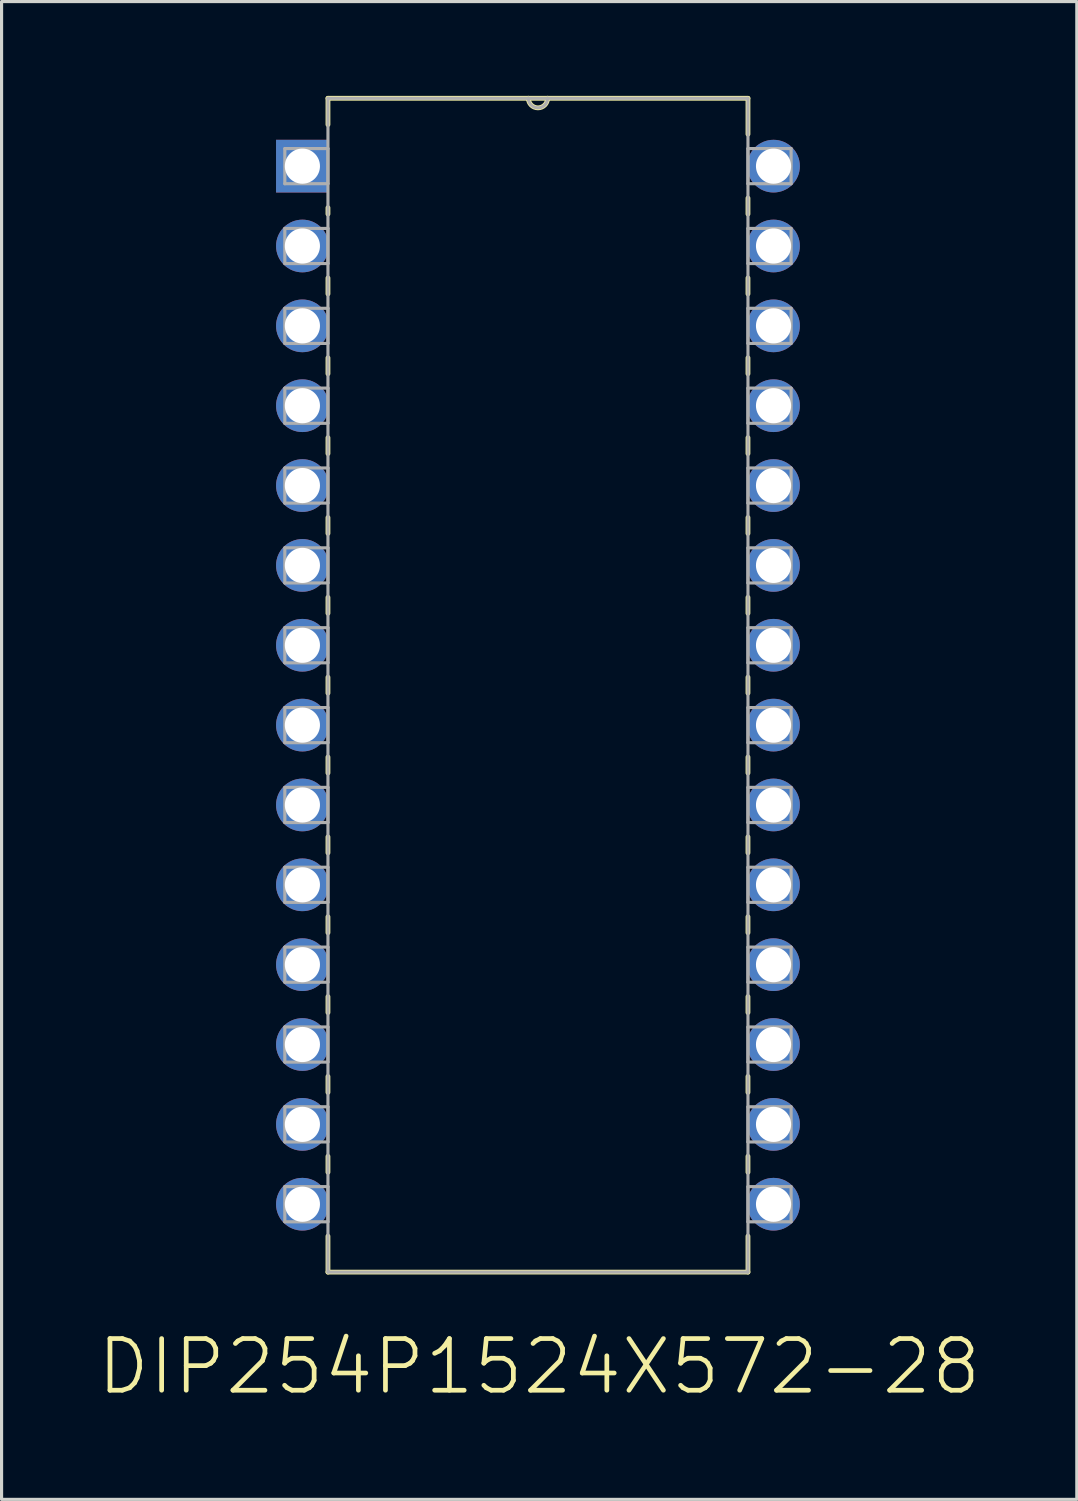
<source format=kicad_pcb>
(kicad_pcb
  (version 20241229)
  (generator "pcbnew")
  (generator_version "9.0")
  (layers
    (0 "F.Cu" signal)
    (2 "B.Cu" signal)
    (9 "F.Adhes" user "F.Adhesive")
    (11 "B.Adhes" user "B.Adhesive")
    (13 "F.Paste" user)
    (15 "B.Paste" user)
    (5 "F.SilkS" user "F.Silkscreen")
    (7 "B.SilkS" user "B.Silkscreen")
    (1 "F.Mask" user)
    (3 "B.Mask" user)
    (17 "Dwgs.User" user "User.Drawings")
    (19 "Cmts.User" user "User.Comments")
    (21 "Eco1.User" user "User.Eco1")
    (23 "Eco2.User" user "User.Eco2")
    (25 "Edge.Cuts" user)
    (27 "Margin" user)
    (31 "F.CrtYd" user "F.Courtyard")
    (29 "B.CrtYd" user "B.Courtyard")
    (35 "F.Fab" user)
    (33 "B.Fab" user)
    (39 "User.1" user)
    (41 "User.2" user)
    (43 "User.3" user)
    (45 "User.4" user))
  (footprint "DIP254P1524X572-28"
    (layer "F.Cu")
    (at 21.555 35.255)
    (property "Reference" "DIP254P1524X572-28" (at -7.454 5.164 0) (layer "F.SilkS") (effects (font (size 1.643 1.643) (thickness 0.15))))
    (attr through_hole)
    (fp_line (start -14.173 -35.179) (end -14.173 -34.341) (stroke (width 0.152) (type solid)) (layer "F.SilkS"))
    (fp_line (start -14.173 -31.699) (end -14.173 -31.496) (stroke (width 0.152) (type solid)) (layer "F.SilkS"))
    (fp_line (start -14.173 -29.464) (end -14.173 -28.956) (stroke (width 0.152) (type solid)) (layer "F.SilkS"))
    (fp_line (start -14.173 -26.924) (end -14.173 -26.416) (stroke (width 0.152) (type solid)) (layer "F.SilkS"))
    (fp_line (start -14.173 -24.384) (end -14.173 -23.876) (stroke (width 0.152) (type solid)) (layer "F.SilkS"))
    (fp_line (start -14.173 -21.844) (end -14.173 -21.336) (stroke (width 0.152) (type solid)) (layer "F.SilkS"))
    (fp_line (start -14.173 -19.304) (end -14.173 -18.796) (stroke (width 0.152) (type solid)) (layer "F.SilkS"))
    (fp_line (start -14.173 -16.764) (end -14.173 -16.256) (stroke (width 0.152) (type solid)) (layer "F.SilkS"))
    (fp_line (start -14.173 -14.224) (end -14.173 -13.716) (stroke (width 0.152) (type solid)) (layer "F.SilkS"))
    (fp_line (start -14.173 -11.684) (end -14.173 -11.176) (stroke (width 0.152) (type solid)) (layer "F.SilkS"))
    (fp_line (start -14.173 -9.144) (end -14.173 -8.636) (stroke (width 0.152) (type solid)) (layer "F.SilkS"))
    (fp_line (start -14.173 -6.604) (end -14.173 -6.096) (stroke (width 0.152) (type solid)) (layer "F.SilkS"))
    (fp_line (start -14.173 -4.064) (end -14.173 -3.556) (stroke (width 0.152) (type solid)) (layer "F.SilkS"))
    (fp_line (start -14.173 -1.524) (end -14.173 -1.016) (stroke (width 0.152) (type solid)) (layer "F.SilkS"))
    (fp_line (start -14.173 1.016) (end -14.173 2.159) (stroke (width 0.152) (type solid)) (layer "F.SilkS"))
    (fp_line (start -14.173 2.159) (end -0.813 2.159) (stroke (width 0.152) (type solid)) (layer "F.SilkS"))
    (fp_line (start -7.798 -35.179) (end -14.173 -35.179) (stroke (width 0.152) (type solid)) (layer "F.SilkS"))
    (fp_line (start -7.188 -35.179) (end -7.798 -35.179) (stroke (width 0.152) (type solid)) (layer "F.SilkS"))
    (fp_line (start -0.813 -35.179) (end -7.188 -35.179) (stroke (width 0.152) (type solid)) (layer "F.SilkS"))
    (fp_line (start -0.813 -34.036) (end -0.813 -35.179) (stroke (width 0.152) (type solid)) (layer "F.SilkS"))
    (fp_line (start -0.813 -31.496) (end -0.813 -32.004) (stroke (width 0.152) (type solid)) (layer "F.SilkS"))
    (fp_line (start -0.813 -28.956) (end -0.813 -29.464) (stroke (width 0.152) (type solid)) (layer "F.SilkS"))
    (fp_line (start -0.813 -26.416) (end -0.813 -26.924) (stroke (width 0.152) (type solid)) (layer "F.SilkS"))
    (fp_line (start -0.813 -23.876) (end -0.813 -24.384) (stroke (width 0.152) (type solid)) (layer "F.SilkS"))
    (fp_line (start -0.813 -21.336) (end -0.813 -21.844) (stroke (width 0.152) (type solid)) (layer "F.SilkS"))
    (fp_line (start -0.813 -18.796) (end -0.813 -19.304) (stroke (width 0.152) (type solid)) (layer "F.SilkS"))
    (fp_line (start -0.813 -16.256) (end -0.813 -16.764) (stroke (width 0.152) (type solid)) (layer "F.SilkS"))
    (fp_line (start -0.813 -13.716) (end -0.813 -14.224) (stroke (width 0.152) (type solid)) (layer "F.SilkS"))
    (fp_line (start -0.813 -11.176) (end -0.813 -11.684) (stroke (width 0.152) (type solid)) (layer "F.SilkS"))
    (fp_line (start -0.813 -8.636) (end -0.813 -9.144) (stroke (width 0.152) (type solid)) (layer "F.SilkS"))
    (fp_line (start -0.813 -6.096) (end -0.813 -6.604) (stroke (width 0.152) (type solid)) (layer "F.SilkS"))
    (fp_line (start -0.813 -3.556) (end -0.813 -4.064) (stroke (width 0.152) (type solid)) (layer "F.SilkS"))
    (fp_line (start -0.813 -1.016) (end -0.813 -1.524) (stroke (width 0.152) (type solid)) (layer "F.SilkS"))
    (fp_line (start -0.813 2.159) (end -0.813 1.016) (stroke (width 0.152) (type solid)) (layer "F.SilkS"))
    (fp_arc (start -7.1882 -35.179) (mid -7.493 -34.8742) (end -7.7978 -35.179) (stroke (width 0.1524) (type solid)) (layer "F.SilkS"))
    (fp_line (start -15.545 -33.579) (end -15.545 -32.461) (stroke (width 0.1) (type solid)) (layer "F.Fab"))
    (fp_line (start -15.545 -32.461) (end -14.173 -32.461) (stroke (width 0.1) (type solid)) (layer "F.Fab"))
    (fp_line (start -15.545 -31.039) (end -15.545 -29.921) (stroke (width 0.1) (type solid)) (layer "F.Fab"))
    (fp_line (start -15.545 -29.921) (end -14.173 -29.921) (stroke (width 0.1) (type solid)) (layer "F.Fab"))
    (fp_line (start -15.545 -28.499) (end -15.545 -27.381) (stroke (width 0.1) (type solid)) (layer "F.Fab"))
    (fp_line (start -15.545 -27.381) (end -14.173 -27.381) (stroke (width 0.1) (type solid)) (layer "F.Fab"))
    (fp_line (start -15.545 -25.959) (end -15.545 -24.841) (stroke (width 0.1) (type solid)) (layer "F.Fab"))
    (fp_line (start -15.545 -24.841) (end -14.173 -24.841) (stroke (width 0.1) (type solid)) (layer "F.Fab"))
    (fp_line (start -15.545 -23.419) (end -15.545 -22.301) (stroke (width 0.1) (type solid)) (layer "F.Fab"))
    (fp_line (start -15.545 -22.301) (end -14.173 -22.301) (stroke (width 0.1) (type solid)) (layer "F.Fab"))
    (fp_line (start -15.545 -20.879) (end -15.545 -19.761) (stroke (width 0.1) (type solid)) (layer "F.Fab"))
    (fp_line (start -15.545 -19.761) (end -14.173 -19.761) (stroke (width 0.1) (type solid)) (layer "F.Fab"))
    (fp_line (start -15.545 -18.339) (end -15.545 -17.221) (stroke (width 0.1) (type solid)) (layer "F.Fab"))
    (fp_line (start -15.545 -17.221) (end -14.173 -17.221) (stroke (width 0.1) (type solid)) (layer "F.Fab"))
    (fp_line (start -15.545 -15.799) (end -15.545 -14.681) (stroke (width 0.1) (type solid)) (layer "F.Fab"))
    (fp_line (start -15.545 -14.681) (end -14.173 -14.681) (stroke (width 0.1) (type solid)) (layer "F.Fab"))
    (fp_line (start -15.545 -13.259) (end -15.545 -12.141) (stroke (width 0.1) (type solid)) (layer "F.Fab"))
    (fp_line (start -15.545 -12.141) (end -14.173 -12.141) (stroke (width 0.1) (type solid)) (layer "F.Fab"))
    (fp_line (start -15.545 -10.719) (end -15.545 -9.601) (stroke (width 0.1) (type solid)) (layer "F.Fab"))
    (fp_line (start -15.545 -9.601) (end -14.173 -9.601) (stroke (width 0.1) (type solid)) (layer "F.Fab"))
    (fp_line (start -15.545 -8.179) (end -15.545 -7.061) (stroke (width 0.1) (type solid)) (layer "F.Fab"))
    (fp_line (start -15.545 -7.061) (end -14.173 -7.061) (stroke (width 0.1) (type solid)) (layer "F.Fab"))
    (fp_line (start -15.545 -5.639) (end -15.545 -4.521) (stroke (width 0.1) (type solid)) (layer "F.Fab"))
    (fp_line (start -15.545 -4.521) (end -14.173 -4.521) (stroke (width 0.1) (type solid)) (layer "F.Fab"))
    (fp_line (start -15.545 -3.099) (end -15.545 -1.981) (stroke (width 0.1) (type solid)) (layer "F.Fab"))
    (fp_line (start -15.545 -1.981) (end -14.173 -1.981) (stroke (width 0.1) (type solid)) (layer "F.Fab"))
    (fp_line (start -15.545 -0.559) (end -15.545 0.559) (stroke (width 0.1) (type solid)) (layer "F.Fab"))
    (fp_line (start -15.545 0.559) (end -14.173 0.559) (stroke (width 0.1) (type solid)) (layer "F.Fab"))
    (fp_line (start -14.173 -35.179) (end -14.173 2.159) (stroke (width 0.1) (type solid)) (layer "F.Fab"))
    (fp_line (start -14.173 -33.579) (end -15.545 -33.579) (stroke (width 0.1) (type solid)) (layer "F.Fab"))
    (fp_line (start -14.173 -32.461) (end -14.173 -33.579) (stroke (width 0.1) (type solid)) (layer "F.Fab"))
    (fp_line (start -14.173 -31.039) (end -15.545 -31.039) (stroke (width 0.1) (type solid)) (layer "F.Fab"))
    (fp_line (start -14.173 -29.921) (end -14.173 -31.039) (stroke (width 0.1) (type solid)) (layer "F.Fab"))
    (fp_line (start -14.173 -28.499) (end -15.545 -28.499) (stroke (width 0.1) (type solid)) (layer "F.Fab"))
    (fp_line (start -14.173 -27.381) (end -14.173 -28.499) (stroke (width 0.1) (type solid)) (layer "F.Fab"))
    (fp_line (start -14.173 -25.959) (end -15.545 -25.959) (stroke (width 0.1) (type solid)) (layer "F.Fab"))
    (fp_line (start -14.173 -24.841) (end -14.173 -25.959) (stroke (width 0.1) (type solid)) (layer "F.Fab"))
    (fp_line (start -14.173 -23.419) (end -15.545 -23.419) (stroke (width 0.1) (type solid)) (layer "F.Fab"))
    (fp_line (start -14.173 -22.301) (end -14.173 -23.419) (stroke (width 0.1) (type solid)) (layer "F.Fab"))
    (fp_line (start -14.173 -20.879) (end -15.545 -20.879) (stroke (width 0.1) (type solid)) (layer "F.Fab"))
    (fp_line (start -14.173 -19.761) (end -14.173 -20.879) (stroke (width 0.1) (type solid)) (layer "F.Fab"))
    (fp_line (start -14.173 -18.339) (end -15.545 -18.339) (stroke (width 0.1) (type solid)) (layer "F.Fab"))
    (fp_line (start -14.173 -17.221) (end -14.173 -18.339) (stroke (width 0.1) (type solid)) (layer "F.Fab"))
    (fp_line (start -14.173 -15.799) (end -15.545 -15.799) (stroke (width 0.1) (type solid)) (layer "F.Fab"))
    (fp_line (start -14.173 -14.681) (end -14.173 -15.799) (stroke (width 0.1) (type solid)) (layer "F.Fab"))
    (fp_line (start -14.173 -13.259) (end -15.545 -13.259) (stroke (width 0.1) (type solid)) (layer "F.Fab"))
    (fp_line (start -14.173 -12.141) (end -14.173 -13.259) (stroke (width 0.1) (type solid)) (layer "F.Fab"))
    (fp_line (start -14.173 -10.719) (end -15.545 -10.719) (stroke (width 0.1) (type solid)) (layer "F.Fab"))
    (fp_line (start -14.173 -9.601) (end -14.173 -10.719) (stroke (width 0.1) (type solid)) (layer "F.Fab"))
    (fp_line (start -14.173 -8.179) (end -15.545 -8.179) (stroke (width 0.1) (type solid)) (layer "F.Fab"))
    (fp_line (start -14.173 -7.061) (end -14.173 -8.179) (stroke (width 0.1) (type solid)) (layer "F.Fab"))
    (fp_line (start -14.173 -5.639) (end -15.545 -5.639) (stroke (width 0.1) (type solid)) (layer "F.Fab"))
    (fp_line (start -14.173 -4.521) (end -14.173 -5.639) (stroke (width 0.1) (type solid)) (layer "F.Fab"))
    (fp_line (start -14.173 -3.099) (end -15.545 -3.099) (stroke (width 0.1) (type solid)) (layer "F.Fab"))
    (fp_line (start -14.173 -1.981) (end -14.173 -3.099) (stroke (width 0.1) (type solid)) (layer "F.Fab"))
    (fp_line (start -14.173 -0.559) (end -15.545 -0.559) (stroke (width 0.1) (type solid)) (layer "F.Fab"))
    (fp_line (start -14.173 0.559) (end -14.173 -0.559) (stroke (width 0.1) (type solid)) (layer "F.Fab"))
    (fp_line (start -14.173 2.159) (end -0.813 2.159) (stroke (width 0.1) (type solid)) (layer "F.Fab"))
    (fp_line (start -7.798 -35.179) (end -14.173 -35.179) (stroke (width 0.1) (type solid)) (layer "F.Fab"))
    (fp_line (start -7.188 -35.179) (end -7.798 -35.179) (stroke (width 0.1) (type solid)) (layer "F.Fab"))
    (fp_line (start -0.813 -35.179) (end -7.188 -35.179) (stroke (width 0.1) (type solid)) (layer "F.Fab"))
    (fp_line (start -0.813 -33.579) (end -0.813 -32.461) (stroke (width 0.1) (type solid)) (layer "F.Fab"))
    (fp_line (start -0.813 -32.461) (end 0.559 -32.461) (stroke (width 0.1) (type solid)) (layer "F.Fab"))
    (fp_line (start -0.813 -31.039) (end -0.813 -29.921) (stroke (width 0.1) (type solid)) (layer "F.Fab"))
    (fp_line (start -0.813 -29.921) (end 0.559 -29.921) (stroke (width 0.1) (type solid)) (layer "F.Fab"))
    (fp_line (start -0.813 -28.499) (end -0.813 -27.381) (stroke (width 0.1) (type solid)) (layer "F.Fab"))
    (fp_line (start -0.813 -27.381) (end 0.559 -27.381) (stroke (width 0.1) (type solid)) (layer "F.Fab"))
    (fp_line (start -0.813 -25.959) (end -0.813 -24.841) (stroke (width 0.1) (type solid)) (layer "F.Fab"))
    (fp_line (start -0.813 -24.841) (end 0.559 -24.841) (stroke (width 0.1) (type solid)) (layer "F.Fab"))
    (fp_line (start -0.813 -23.419) (end -0.813 -22.301) (stroke (width 0.1) (type solid)) (layer "F.Fab"))
    (fp_line (start -0.813 -22.301) (end 0.559 -22.301) (stroke (width 0.1) (type solid)) (layer "F.Fab"))
    (fp_line (start -0.813 -20.879) (end -0.813 -19.761) (stroke (width 0.1) (type solid)) (layer "F.Fab"))
    (fp_line (start -0.813 -19.761) (end 0.559 -19.761) (stroke (width 0.1) (type solid)) (layer "F.Fab"))
    (fp_line (start -0.813 -18.339) (end -0.813 -17.221) (stroke (width 0.1) (type solid)) (layer "F.Fab"))
    (fp_line (start -0.813 -17.221) (end 0.559 -17.221) (stroke (width 0.1) (type solid)) (layer "F.Fab"))
    (fp_line (start -0.813 -15.799) (end -0.813 -14.681) (stroke (width 0.1) (type solid)) (layer "F.Fab"))
    (fp_line (start -0.813 -14.681) (end 0.559 -14.681) (stroke (width 0.1) (type solid)) (layer "F.Fab"))
    (fp_line (start -0.813 -13.259) (end -0.813 -12.141) (stroke (width 0.1) (type solid)) (layer "F.Fab"))
    (fp_line (start -0.813 -12.141) (end 0.559 -12.141) (stroke (width 0.1) (type solid)) (layer "F.Fab"))
    (fp_line (start -0.813 -10.719) (end -0.813 -9.601) (stroke (width 0.1) (type solid)) (layer "F.Fab"))
    (fp_line (start -0.813 -9.601) (end 0.559 -9.601) (stroke (width 0.1) (type solid)) (layer "F.Fab"))
    (fp_line (start -0.813 -8.179) (end -0.813 -7.061) (stroke (width 0.1) (type solid)) (layer "F.Fab"))
    (fp_line (start -0.813 -7.061) (end 0.559 -7.061) (stroke (width 0.1) (type solid)) (layer "F.Fab"))
    (fp_line (start -0.813 -5.639) (end -0.813 -4.521) (stroke (width 0.1) (type solid)) (layer "F.Fab"))
    (fp_line (start -0.813 -4.521) (end 0.559 -4.521) (stroke (width 0.1) (type solid)) (layer "F.Fab"))
    (fp_line (start -0.813 -3.099) (end -0.813 -1.981) (stroke (width 0.1) (type solid)) (layer "F.Fab"))
    (fp_line (start -0.813 -1.981) (end 0.559 -1.981) (stroke (width 0.1) (type solid)) (layer "F.Fab"))
    (fp_line (start -0.813 -0.559) (end -0.813 0.559) (stroke (width 0.1) (type solid)) (layer "F.Fab"))
    (fp_line (start -0.813 0.559) (end 0.559 0.559) (stroke (width 0.1) (type solid)) (layer "F.Fab"))
    (fp_line (start -0.813 2.159) (end -0.813 -35.179) (stroke (width 0.1) (type solid)) (layer "F.Fab"))
    (fp_line (start 0.559 -33.579) (end -0.813 -33.579) (stroke (width 0.1) (type solid)) (layer "F.Fab"))
    (fp_line (start 0.559 -32.461) (end 0.559 -33.579) (stroke (width 0.1) (type solid)) (layer "F.Fab"))
    (fp_line (start 0.559 -31.039) (end -0.813 -31.039) (stroke (width 0.1) (type solid)) (layer "F.Fab"))
    (fp_line (start 0.559 -29.921) (end 0.559 -31.039) (stroke (width 0.1) (type solid)) (layer "F.Fab"))
    (fp_line (start 0.559 -28.499) (end -0.813 -28.499) (stroke (width 0.1) (type solid)) (layer "F.Fab"))
    (fp_line (start 0.559 -27.381) (end 0.559 -28.499) (stroke (width 0.1) (type solid)) (layer "F.Fab"))
    (fp_line (start 0.559 -25.959) (end -0.813 -25.959) (stroke (width 0.1) (type solid)) (layer "F.Fab"))
    (fp_line (start 0.559 -24.841) (end 0.559 -25.959) (stroke (width 0.1) (type solid)) (layer "F.Fab"))
    (fp_line (start 0.559 -23.419) (end -0.813 -23.419) (stroke (width 0.1) (type solid)) (layer "F.Fab"))
    (fp_line (start 0.559 -22.301) (end 0.559 -23.419) (stroke (width 0.1) (type solid)) (layer "F.Fab"))
    (fp_line (start 0.559 -20.879) (end -0.813 -20.879) (stroke (width 0.1) (type solid)) (layer "F.Fab"))
    (fp_line (start 0.559 -19.761) (end 0.559 -20.879) (stroke (width 0.1) (type solid)) (layer "F.Fab"))
    (fp_line (start 0.559 -18.339) (end -0.813 -18.339) (stroke (width 0.1) (type solid)) (layer "F.Fab"))
    (fp_line (start 0.559 -17.221) (end 0.559 -18.339) (stroke (width 0.1) (type solid)) (layer "F.Fab"))
    (fp_line (start 0.559 -15.799) (end -0.813 -15.799) (stroke (width 0.1) (type solid)) (layer "F.Fab"))
    (fp_line (start 0.559 -14.681) (end 0.559 -15.799) (stroke (width 0.1) (type solid)) (layer "F.Fab"))
    (fp_line (start 0.559 -13.259) (end -0.813 -13.259) (stroke (width 0.1) (type solid)) (layer "F.Fab"))
    (fp_line (start 0.559 -12.141) (end 0.559 -13.259) (stroke (width 0.1) (type solid)) (layer "F.Fab"))
    (fp_line (start 0.559 -10.719) (end -0.813 -10.719) (stroke (width 0.1) (type solid)) (layer "F.Fab"))
    (fp_line (start 0.559 -9.601) (end 0.559 -10.719) (stroke (width 0.1) (type solid)) (layer "F.Fab"))
    (fp_line (start 0.559 -8.179) (end -0.813 -8.179) (stroke (width 0.1) (type solid)) (layer "F.Fab"))
    (fp_line (start 0.559 -7.061) (end 0.559 -8.179) (stroke (width 0.1) (type solid)) (layer "F.Fab"))
    (fp_line (start 0.559 -5.639) (end -0.813 -5.639) (stroke (width 0.1) (type solid)) (layer "F.Fab"))
    (fp_line (start 0.559 -4.521) (end 0.559 -5.639) (stroke (width 0.1) (type solid)) (layer "F.Fab"))
    (fp_line (start 0.559 -3.099) (end -0.813 -3.099) (stroke (width 0.1) (type solid)) (layer "F.Fab"))
    (fp_line (start 0.559 -1.981) (end 0.559 -3.099) (stroke (width 0.1) (type solid)) (layer "F.Fab"))
    (fp_line (start 0.559 -0.559) (end -0.813 -0.559) (stroke (width 0.1) (type solid)) (layer "F.Fab"))
    (fp_line (start 0.559 0.559) (end 0.559 -0.559) (stroke (width 0.1) (type solid)) (layer "F.Fab"))
    (fp_arc (start -7.1882 -35.179) (mid -7.493 -34.8742) (end -7.7978 -35.179) (stroke (width 0.1) (type solid)) (layer "F.Fab"))
    (pad "1" thru_hole rect (at -14.986 -33.02) (size 1.676 1.676) (drill 1.118) (layers "*.Cu" "*.Mask"))
    (pad "2" thru_hole circle (at -14.986 -30.48) (size 1.676 1.676) (drill 1.118) (layers "*.Cu" "*.Mask"))
    (pad "3" thru_hole circle (at -14.986 -27.94) (size 1.676 1.676) (drill 1.118) (layers "*.Cu" "*.Mask"))
    (pad "4" thru_hole circle (at -14.986 -25.4) (size 1.676 1.676) (drill 1.118) (layers "*.Cu" "*.Mask"))
    (pad "5" thru_hole circle (at -14.986 -22.86) (size 1.676 1.676) (drill 1.118) (layers "*.Cu" "*.Mask"))
    (pad "6" thru_hole circle (at -14.986 -20.32) (size 1.676 1.676) (drill 1.118) (layers "*.Cu" "*.Mask"))
    (pad "7" thru_hole circle (at -14.986 -17.78) (size 1.676 1.676) (drill 1.118) (layers "*.Cu" "*.Mask"))
    (pad "8" thru_hole circle (at -14.986 -15.24) (size 1.676 1.676) (drill 1.118) (layers "*.Cu" "*.Mask"))
    (pad "9" thru_hole circle (at -14.986 -12.7) (size 1.676 1.676) (drill 1.118) (layers "*.Cu" "*.Mask"))
    (pad "10" thru_hole circle (at -14.986 -10.16) (size 1.676 1.676) (drill 1.118) (layers "*.Cu" "*.Mask"))
    (pad "11" thru_hole circle (at -14.986 -7.62) (size 1.676 1.676) (drill 1.118) (layers "*.Cu" "*.Mask"))
    (pad "12" thru_hole circle (at -14.986 -5.08) (size 1.676 1.676) (drill 1.118) (layers "*.Cu" "*.Mask"))
    (pad "13" thru_hole circle (at -14.986 -2.54) (size 1.676 1.676) (drill 1.118) (layers "*.Cu" "*.Mask"))
    (pad "14" thru_hole circle (at -14.986 0) (size 1.676 1.676) (drill 1.118) (layers "*.Cu" "*.Mask"))
    (pad "15" thru_hole circle (at 0 0) (size 1.676 1.676) (drill 1.118) (layers "*.Cu" "*.Mask"))
    (pad "16" thru_hole circle (at 0 -2.54) (size 1.676 1.676) (drill 1.118) (layers "*.Cu" "*.Mask"))
    (pad "17" thru_hole circle (at 0 -5.08) (size 1.676 1.676) (drill 1.118) (layers "*.Cu" "*.Mask"))
    (pad "18" thru_hole circle (at 0 -7.62) (size 1.676 1.676) (drill 1.118) (layers "*.Cu" "*.Mask"))
    (pad "19" thru_hole circle (at 0 -10.16) (size 1.676 1.676) (drill 1.118) (layers "*.Cu" "*.Mask"))
    (pad "20" thru_hole circle (at 0 -12.7) (size 1.676 1.676) (drill 1.118) (layers "*.Cu" "*.Mask"))
    (pad "21" thru_hole circle (at 0 -15.24) (size 1.676 1.676) (drill 1.118) (layers "*.Cu" "*.Mask"))
    (pad "22" thru_hole circle (at 0 -17.78) (size 1.676 1.676) (drill 1.118) (layers "*.Cu" "*.Mask"))
    (pad "23" thru_hole circle (at 0 -20.32) (size 1.676 1.676) (drill 1.118) (layers "*.Cu" "*.Mask"))
    (pad "24" thru_hole circle (at 0 -22.86) (size 1.676 1.676) (drill 1.118) (layers "*.Cu" "*.Mask"))
    (pad "25" thru_hole circle (at 0 -25.4) (size 1.676 1.676) (drill 1.118) (layers "*.Cu" "*.Mask"))
    (pad "26" thru_hole circle (at 0 -27.94) (size 1.676 1.676) (drill 1.118) (layers "*.Cu" "*.Mask"))
    (pad "27" thru_hole circle (at 0 -30.48) (size 1.676 1.676) (drill 1.118) (layers "*.Cu" "*.Mask"))
    (pad "28" thru_hole circle (at 0 -33.02) (size 1.676 1.676) (drill 1.118) (layers "*.Cu" "*.Mask")))
  (gr_rect
    (start -3 -3)
    (end 31.202 44.644)
    (stroke (width 0.1) (type default))
    (fill no)
    (layer "Edge.Cuts")))
</source>
